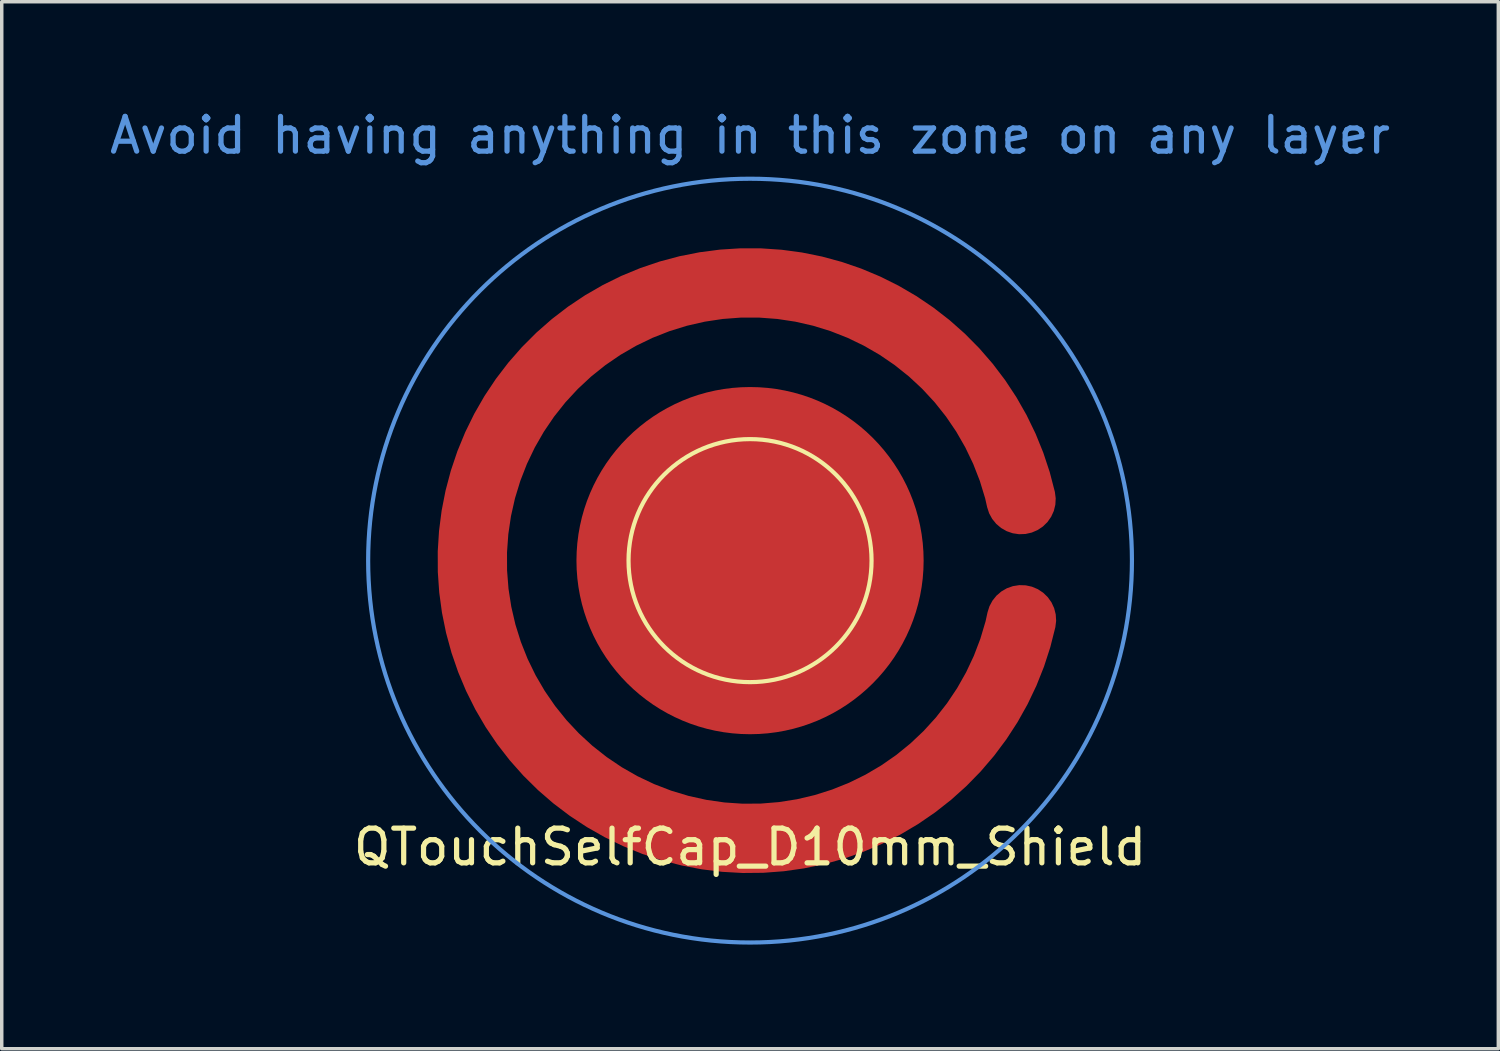
<source format=kicad_pcb>
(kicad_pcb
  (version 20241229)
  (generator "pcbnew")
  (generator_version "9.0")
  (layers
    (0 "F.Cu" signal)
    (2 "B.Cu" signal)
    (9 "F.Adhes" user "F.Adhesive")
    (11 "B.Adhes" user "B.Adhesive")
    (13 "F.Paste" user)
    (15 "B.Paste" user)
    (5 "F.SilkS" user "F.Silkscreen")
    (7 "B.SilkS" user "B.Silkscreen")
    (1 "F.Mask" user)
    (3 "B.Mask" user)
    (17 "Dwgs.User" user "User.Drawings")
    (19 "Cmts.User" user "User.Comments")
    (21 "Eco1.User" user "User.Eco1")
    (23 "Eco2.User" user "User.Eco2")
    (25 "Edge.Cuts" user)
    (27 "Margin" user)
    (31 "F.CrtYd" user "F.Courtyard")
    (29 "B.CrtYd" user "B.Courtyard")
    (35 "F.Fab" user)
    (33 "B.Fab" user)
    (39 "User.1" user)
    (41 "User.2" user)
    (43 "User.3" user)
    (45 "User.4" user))
  (footprint "QTouchSelfCap_D10mm_Shield"
    (layer "F.Cu")
    (at 18.554 13.098)
    (property "Reference" "QTouchSelfCap_D10mm_Shield" (at 0 8.25 0) (layer "F.SilkS") (effects (font (size 1 1) (thickness 0.15))))
    (attr exclude_from_pos_files exclude_from_bom)
    (fp_circle (center 0 0) (end 3.5 0) (stroke (width 0.12) (type solid)) (fill no) (layer "F.SilkS"))
    (fp_circle (center 0 0) (end 11 0) (stroke (width 0.12) (type solid)) (fill no) (layer "Cmts.User"))
    (fp_text user "Avoid having anything in this zone on any layer" (at 0 -12.25 0) (layer "Cmts.User") (effects (font (size 1 1) (thickness 0.15))))
    (pad "1" smd circle (at 0 0) (size 10 10) (layers "F.Cu"))
    (pad "2" smd custom (at 7.817 1.704 257.7) (size 1.524 1.524) (layers "F.Cu") (options (anchor circle)) (primitives (gr_arc (start 0 0) (mid 1.731517 15.810368) (end -3.380946 0.749538) (width 2)))))
  (gr_rect
    (start -3 -3)
    (end 40.107 27.158)
    (stroke (width 0.1) (type default))
    (fill no)
    (layer "Edge.Cuts")))
</source>
